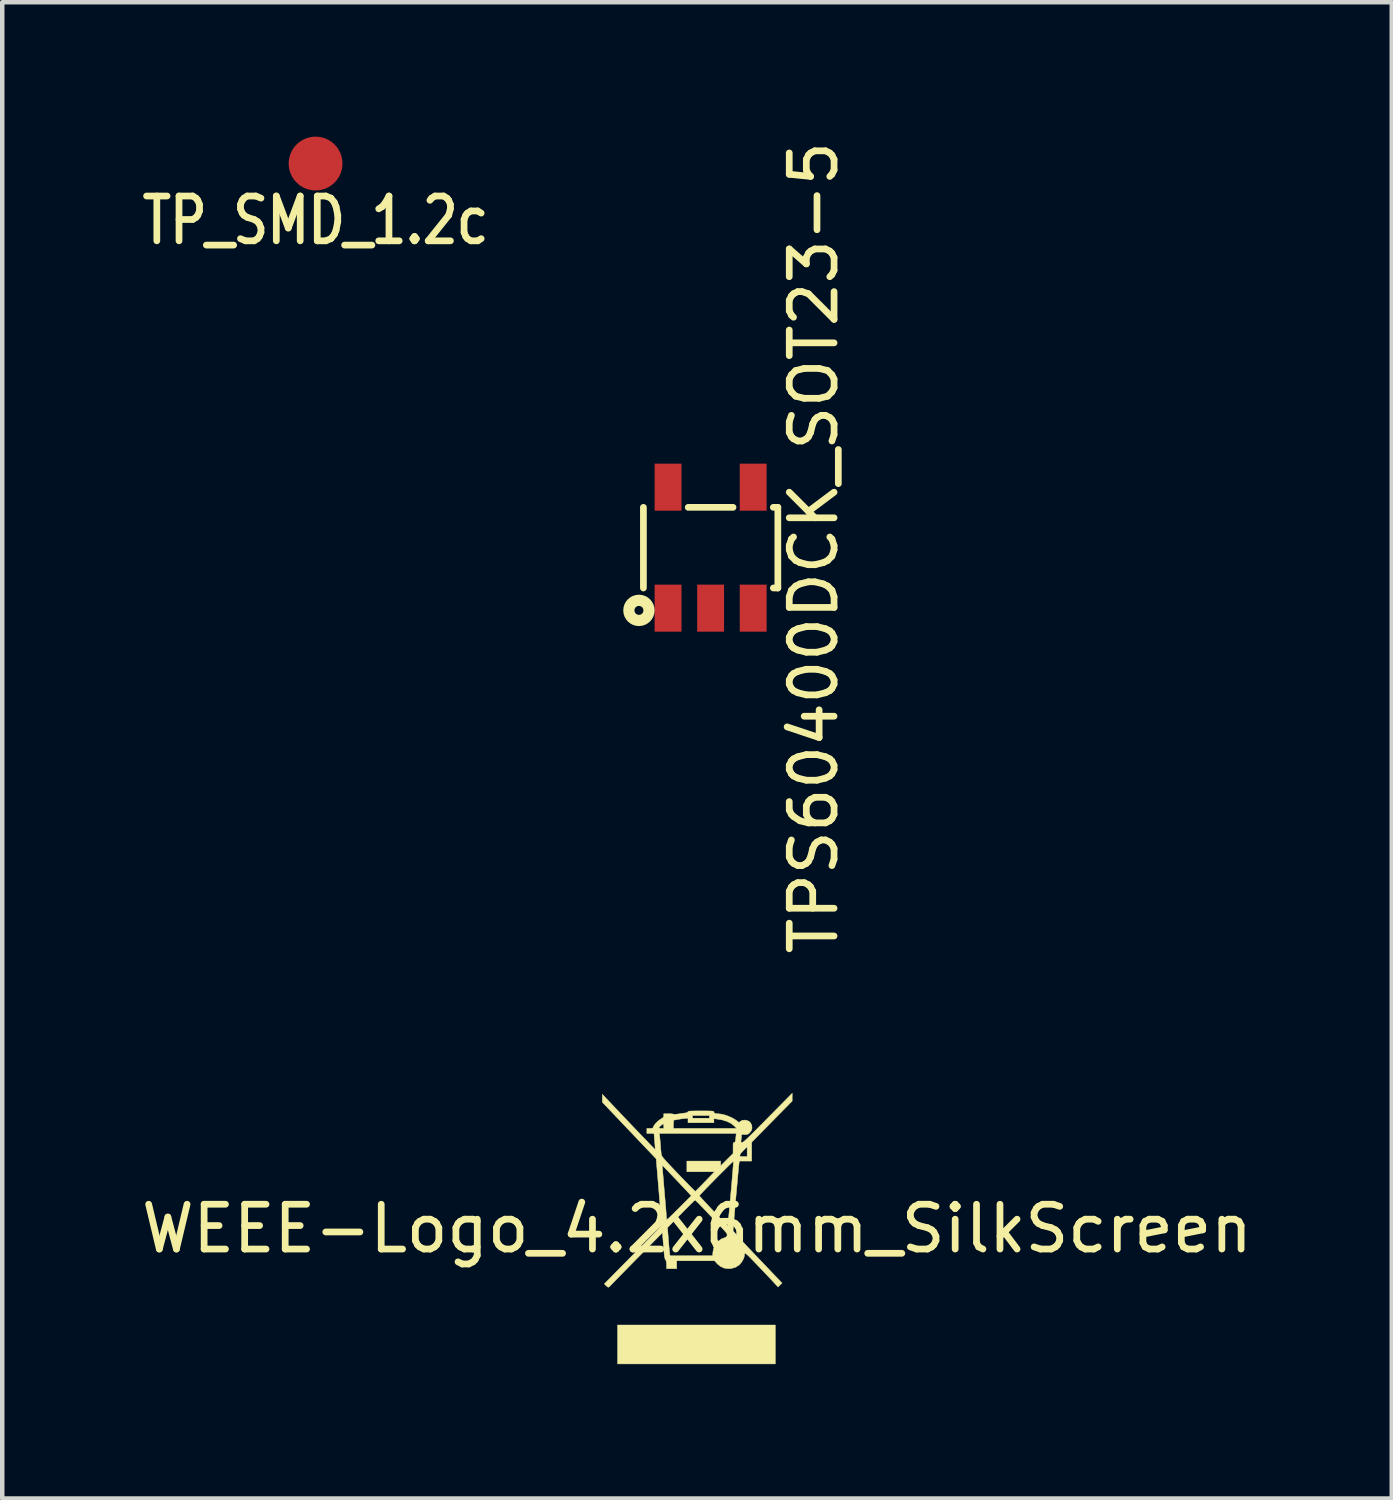
<source format=kicad_pcb>
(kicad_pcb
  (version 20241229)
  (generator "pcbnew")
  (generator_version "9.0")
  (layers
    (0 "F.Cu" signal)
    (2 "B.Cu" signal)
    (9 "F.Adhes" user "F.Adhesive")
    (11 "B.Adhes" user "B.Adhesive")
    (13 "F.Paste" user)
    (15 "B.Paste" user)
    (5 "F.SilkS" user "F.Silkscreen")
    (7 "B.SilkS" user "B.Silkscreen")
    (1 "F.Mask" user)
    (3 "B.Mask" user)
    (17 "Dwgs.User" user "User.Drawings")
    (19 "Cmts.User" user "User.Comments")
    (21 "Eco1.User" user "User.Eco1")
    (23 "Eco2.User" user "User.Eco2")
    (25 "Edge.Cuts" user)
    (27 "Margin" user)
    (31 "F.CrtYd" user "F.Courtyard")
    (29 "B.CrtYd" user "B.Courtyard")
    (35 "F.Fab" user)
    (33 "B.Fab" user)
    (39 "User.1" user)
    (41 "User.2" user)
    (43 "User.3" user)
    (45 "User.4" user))
  (footprint "TPS60400DCK_SOT23-5"
    (layer "F.Cu")
    (at 12.81 9.173)
    (property "Reference" "TPS60400DCK_SOT23-5" (at 2.3 0 90) (layer "F.SilkS") (effects (font (size 1 1) (thickness 0.15))))
    (attr through_hole)
    (fp_line (start -1.5 -0.9) (end -1.5 0.9) (stroke (width 0.15) (type solid)) (layer "F.SilkS"))
    (fp_line (start -0.5 -0.9) (end 0.5 -0.9) (stroke (width 0.15) (type solid)) (layer "F.SilkS"))
    (fp_line (start 1.4 -0.9) (end 1.5 -0.9) (stroke (width 0.15) (type solid)) (layer "F.SilkS"))
    (fp_line (start 1.5 -0.9) (end 1.5 0.9) (stroke (width 0.15) (type solid)) (layer "F.SilkS"))
    (fp_line (start 1.5 0.9) (end 1.4 0.9) (stroke (width 0.15) (type solid)) (layer "F.SilkS"))
    (fp_circle (center -1.6 1.4) (end -1.5 1.4) (stroke (width 0.25) (type solid)) (fill no) (layer "F.SilkS"))
    (pad "1" smd rect (at -0.95 1.35) (size 0.6 1.05) (layers "F.Cu" "F.Mask" "F.Paste"))
    (pad "2" smd rect (at 0 1.35) (size 0.6 1.05) (layers "F.Cu" "F.Mask" "F.Paste"))
    (pad "3" smd rect (at 0.95 1.35) (size 0.6 1.05) (layers "F.Cu" "F.Mask" "F.Paste"))
    (pad "4" smd rect (at 0.95 -1.35) (size 0.6 1.05) (layers "F.Cu" "F.Mask" "F.Paste"))
    (pad "5" smd rect (at -0.95 -1.35) (size 0.6 1.05) (layers "F.Cu" "F.Mask" "F.Paste")))
  (footprint "TP_SMD_1.2c"
    (layer "F.Cu")
    (at 3.993 0.6)
    (property "Reference" "TP_SMD_1.2c" (at 0 1.27 0) (layer "F.SilkS") (effects (font (size 1 0.8) (thickness 0.15))))
    (attr through_hole)
    (pad "1" smd circle (at 0 0) (size 1.2 1.2) (layers "F.Cu" "F.Mask")))
  (footprint "WEEE-Logo_4.2x6mm_SilkScreen"
    (layer "F.Cu")
    (at 12.506 24.372)
    (property "Reference" "WEEE-Logo_4.2x6mm_SilkScreen" (at 0 0 0) (layer "F.SilkS") (effects (font (size 1 1) (thickness 0.15))))
    (attr exclude_from_pos_files exclude_from_bom)
    (fp_poly (pts (xy 1.748 3.018) (xy -1.773 3.018) (xy -1.773 2.15) (xy 1.748 2.15) (xy 1.748 3.018)) (stroke (width 0.01) (type solid)) (fill yes) (layer "F.SilkS"))
    (fp_poly (pts (xy 2.124 -2.935) (xy 2.124 -2.848) (xy 1.672 -2.389) (xy 1.22 -1.93) (xy 1.22 -1.72) (xy 1.22 -1.509) (xy 0.945 -1.509) (xy 0.938 -1.455) (xy 0.935 -1.431) (xy 0.93 -1.385) (xy 0.924 -1.321) (xy 0.917 -1.24) (xy 0.908 -1.146) (xy 0.899 -1.041) (xy 0.889 -0.929) (xy 0.878 -0.811) (xy 0.867 -0.692) (xy 0.857 -0.572) (xy 0.847 -0.456) (xy 0.837 -0.345) (xy 0.828 -0.243) (xy 0.821 -0.153) (xy 0.814 -0.076) (xy 0.809 -0.017) (xy 0.806 0.024) (xy 0.805 0.042) (xy 0.805 0.042) (xy 0.813 0.056) (xy 0.836 0.086) (xy 0.875 0.131) (xy 0.93 0.193) (xy 1.001 0.27) (xy 1.089 0.365) (xy 1.194 0.476) (xy 1.317 0.605) (xy 1.351 0.641) (xy 1.897 1.213) (xy 1.809 1.301) (xy 1.737 1.224) (xy 1.711 1.196) (xy 1.671 1.152) (xy 1.618 1.096) (xy 1.556 1.031) (xy 1.487 0.958) (xy 1.414 0.882) (xy 1.371 0.837) (xy 1.289 0.751) (xy 1.224 0.683) (xy 1.172 0.63) (xy 1.132 0.592) (xy 1.103 0.567) (xy 1.083 0.554) (xy 1.07 0.552) (xy 1.062 0.56) (xy 1.059 0.575) (xy 1.057 0.598) (xy 1.057 0.604) (xy 1.048 0.647) (xy 1.024 0.699) (xy 0.992 0.751) (xy 0.955 0.796) (xy 0.94 0.81) (xy 0.865 0.859) (xy 0.776 0.886) (xy 0.698 0.893) (xy 0.609 0.881) (xy 0.528 0.845) (xy 0.455 0.787) (xy 0.442 0.772) (xy 0.393 0.717) (xy -0.453 0.717) (xy -0.453 0.893) (xy -0.679 0.893) (xy -0.679 0.811) (xy -0.682 0.754) (xy -0.691 0.715) (xy -0.703 0.694) (xy -0.711 0.679) (xy -0.718 0.657) (xy -0.725 0.625) (xy -0.731 0.58) (xy -0.737 0.518) (xy -0.744 0.436) (xy -0.749 0.375) (xy -0.771 0.089) (xy -1.314 0.639) (xy -1.412 0.738) (xy -1.506 0.834) (xy -1.594 0.924) (xy -1.675 1.006) (xy -1.747 1.08) (xy -1.809 1.143) (xy -1.857 1.193) (xy -1.892 1.228) (xy -1.91 1.248) (xy -1.941 1.279) (xy -1.966 1.301) (xy -1.98 1.308) (xy -1.997 1.299) (xy -2.022 1.278) (xy -2.031 1.27) (xy -2.068 1.232) (xy -1.867 1.028) (xy -1.816 0.976) (xy -1.75 0.909) (xy -1.672 0.83) (xy -1.585 0.742) (xy -1.492 0.648) (xy -1.395 0.551) (xy -1.298 0.453) (xy -1.229 0.383) (xy -1.124 0.277) (xy -1.035 0.186) (xy -0.962 0.111) (xy -0.904 0.05) (xy -0.859 0.001) (xy -0.837 -0.024) (xy -0.659 -0.024) (xy -0.636 0.262) (xy -0.63 0.345) (xy -0.623 0.422) (xy -0.617 0.487) (xy -0.612 0.537) (xy -0.609 0.568) (xy -0.607 0.575) (xy -0.601 0.604) (xy 0.349 0.604) (xy 0.355 0.525) (xy 0.374 0.431) (xy 0.414 0.349) (xy 0.473 0.28) (xy 0.547 0.228) (xy 0.63 0.197) (xy 0.657 0.182) (xy 0.671 0.151) (xy 0.671 0.149) (xy 0.673 0.136) (xy 0.671 0.123) (xy 0.663 0.106) (xy 0.648 0.084) (xy 0.623 0.055) (xy 0.587 0.015) (xy 0.538 -0.038) (xy 0.473 -0.107) (xy 0.468 -0.111) (xy 0.399 -0.184) (xy 0.324 -0.263) (xy 0.251 -0.34) (xy 0.183 -0.412) (xy 0.126 -0.472) (xy 0.113 -0.485) (xy 0.065 -0.536) (xy 0.021 -0.58) (xy -0.013 -0.613) (xy -0.036 -0.633) (xy -0.044 -0.637) (xy -0.056 -0.628) (xy -0.083 -0.603) (xy -0.123 -0.564) (xy -0.175 -0.513) (xy -0.235 -0.453) (xy -0.303 -0.385) (xy -0.358 -0.329) (xy -0.659 -0.024) (xy -0.837 -0.024) (xy -0.827 -0.036) (xy -0.805 -0.062) (xy -0.794 -0.08) (xy -0.792 -0.088) (xy -0.793 -0.106) (xy -0.796 -0.147) (xy -0.8 -0.208) (xy -0.806 -0.287) (xy -0.814 -0.382) (xy -0.823 -0.49) (xy -0.832 -0.609) (xy -0.843 -0.737) (xy -0.851 -0.839) (xy -0.899 -1.415) (xy -0.776 -1.415) (xy -0.775 -1.403) (xy -0.773 -1.368) (xy -0.768 -1.313) (xy -0.763 -1.24) (xy -0.755 -1.152) (xy -0.747 -1.052) (xy -0.738 -0.941) (xy -0.729 -0.836) (xy -0.719 -0.717) (xy -0.709 -0.604) (xy -0.701 -0.501) (xy -0.693 -0.41) (xy -0.687 -0.333) (xy -0.683 -0.274) (xy -0.68 -0.235) (xy -0.679 -0.22) (xy -0.678 -0.211) (xy -0.673 -0.207) (xy -0.663 -0.211) (xy -0.646 -0.223) (xy -0.62 -0.245) (xy -0.583 -0.28) (xy -0.534 -0.328) (xy -0.471 -0.391) (xy -0.403 -0.458) (xy -0.128 -0.734) (xy -0.13 -0.736) (xy 0.053 -0.736) (xy 0.061 -0.724) (xy 0.084 -0.697) (xy 0.12 -0.658) (xy 0.166 -0.607) (xy 0.22 -0.549) (xy 0.28 -0.485) (xy 0.343 -0.419) (xy 0.407 -0.351) (xy 0.47 -0.285) (xy 0.529 -0.224) (xy 0.582 -0.169) (xy 0.626 -0.124) (xy 0.66 -0.09) (xy 0.681 -0.07) (xy 0.686 -0.066) (xy 0.688 -0.079) (xy 0.692 -0.115) (xy 0.698 -0.171) (xy 0.705 -0.246) (xy 0.714 -0.337) (xy 0.724 -0.441) (xy 0.734 -0.557) (xy 0.746 -0.683) (xy 0.755 -0.784) (xy 0.767 -0.916) (xy 0.778 -1.039) (xy 0.787 -1.153) (xy 0.796 -1.255) (xy 0.803 -1.343) (xy 0.808 -1.413) (xy 0.812 -1.465) (xy 0.814 -1.496) (xy 0.814 -1.504) (xy 0.804 -1.497) (xy 0.778 -1.474) (xy 0.74 -1.438) (xy 0.691 -1.39) (xy 0.633 -1.332) (xy 0.569 -1.268) (xy 0.5 -1.2) (xy 0.429 -1.128) (xy 0.359 -1.057) (xy 0.29 -0.987) (xy 0.227 -0.922) (xy 0.17 -0.863) (xy 0.122 -0.812) (xy 0.085 -0.773) (xy 0.061 -0.747) (xy 0.053 -0.736) (xy -0.13 -0.736) (xy -0.23 -0.844) (xy -0.283 -0.9) (xy -0.342 -0.962) (xy -0.404 -1.029) (xy -0.469 -1.097) (xy -0.533 -1.164) (xy -0.594 -1.228) (xy -0.65 -1.287) (xy -0.699 -1.337) (xy -0.737 -1.377) (xy -0.764 -1.404) (xy -0.775 -1.415) (xy -0.776 -1.415) (xy -0.899 -1.415) (xy -0.911 -1.559) (xy -1.512 -2.191) (xy -2.112 -2.822) (xy -2.112 -2.911) (xy -2.112 -2.999) (xy -2.015 -2.895) (xy -1.96 -2.838) (xy -1.896 -2.77) (xy -1.824 -2.693) (xy -1.745 -2.611) (xy -1.662 -2.523) (xy -1.576 -2.433) (xy -1.489 -2.342) (xy -1.403 -2.251) (xy -1.318 -2.163) (xy -1.238 -2.079) (xy -1.163 -2.002) (xy -1.096 -1.932) (xy -1.039 -1.872) (xy -0.992 -1.824) (xy -0.957 -1.789) (xy -0.938 -1.77) (xy -0.933 -1.766) (xy -0.933 -1.779) (xy -0.935 -1.813) (xy -0.938 -1.862) (xy -0.943 -1.923) (xy -0.945 -1.947) (xy -0.96 -2.125) (xy -0.843 -2.125) (xy -0.837 -2.097) (xy -0.834 -2.074) (xy -0.83 -2.032) (xy -0.824 -1.976) (xy -0.819 -1.91) (xy -0.817 -1.886) (xy -0.812 -1.817) (xy -0.806 -1.752) (xy -0.801 -1.698) (xy -0.798 -1.662) (xy -0.797 -1.655) (xy -0.793 -1.642) (xy -0.786 -1.626) (xy -0.773 -1.606) (xy -0.754 -1.58) (xy -0.726 -1.547) (xy -0.688 -1.504) (xy -0.638 -1.45) (xy -0.575 -1.383) (xy -0.497 -1.301) (xy -0.418 -1.218) (xy -0.34 -1.136) (xy -0.266 -1.06) (xy -0.2 -0.992) (xy -0.142 -0.933) (xy -0.095 -0.887) (xy -0.061 -0.853) (xy -0.041 -0.835) (xy -0.037 -0.833) (xy -0.026 -0.842) (xy 0.000029 -0.868) (xy 0.038 -0.906) (xy 0.087 -0.955) (xy 0.142 -1.012) (xy 0.182 -1.053) (xy 0.392 -1.27) (xy -0.226 -1.27) (xy -0.226 -1.509) (xy 0.528 -1.509) (xy 0.528 -1.402) (xy 0.666 -1.54) (xy 0.765 -1.638) (xy 0.956 -1.638) (xy 0.957 -1.623) (xy 0.967 -1.614) (xy 0.989 -1.61) (xy 1.03 -1.61) (xy 1.037 -1.61) (xy 1.119 -1.61) (xy 1.119 -1.829) (xy 1.037 -1.748) (xy 0.991 -1.699) (xy 0.964 -1.661) (xy 0.956 -1.638) (xy 0.765 -1.638) (xy 0.805 -1.678) (xy 0.805 -1.801) (xy 0.805 -1.858) (xy 0.807 -1.893) (xy 0.811 -1.913) (xy 0.818 -1.922) (xy 0.829 -1.924) (xy 0.841 -1.927) (xy 0.85 -1.937) (xy 0.857 -1.96) (xy 0.863 -1.998) (xy 0.869 -2.057) (xy 0.871 -2.078) (xy 0.875 -2.125) (xy -0.843 -2.125) (xy -0.96 -2.125) (xy -1.119 -2.125) (xy -1.119 -2.238) (xy -1.051 -2.238) (xy -1.012 -2.239) (xy -0.99 -2.245) (xy -0.987 -2.248) (xy -0.849 -2.248) (xy -0.841 -2.241) (xy -0.816 -2.238) (xy -0.799 -2.238) (xy -0.742 -2.238) (xy -0.529 -2.238) (xy 0.885 -2.238) (xy 0.837 -2.287) (xy 0.763 -2.348) (xy 0.671 -2.394) (xy 0.56 -2.428) (xy 0.45 -2.446) (xy 0.377 -2.455) (xy 0.377 -2.364) (xy -0.201 -2.364) (xy -0.201 -2.467) (xy -0.286 -2.459) (xy -0.345 -2.451) (xy -0.409 -2.442) (xy -0.446 -2.435) (xy -0.522 -2.42) (xy -0.526 -2.329) (xy -0.529 -2.238) (xy -0.742 -2.238) (xy -0.742 -2.289) (xy -0.744 -2.32) (xy -0.748 -2.338) (xy -0.749 -2.339) (xy -0.768 -2.331) (xy -0.795 -2.311) (xy -0.822 -2.287) (xy -0.841 -2.265) (xy -0.843 -2.262) (xy -0.849 -2.248) (xy -0.987 -2.248) (xy -0.98 -2.257) (xy -0.975 -2.27) (xy -0.958 -2.305) (xy -0.925 -2.347) (xy -0.882 -2.391) (xy -0.834 -2.429) (xy -0.803 -2.449) (xy -0.767 -2.471) (xy -0.749 -2.49) (xy -0.742 -2.511) (xy -0.742 -2.524) (xy -0.742 -2.527) (xy -0.101 -2.527) (xy -0.101 -2.465) (xy 0.277 -2.465) (xy 0.277 -2.527) (xy -0.101 -2.527) (xy -0.742 -2.527) (xy -0.742 -2.565) (xy -0.636 -2.565) (xy -0.587 -2.564) (xy -0.549 -2.561) (xy -0.528 -2.556) (xy -0.526 -2.555) (xy -0.513 -2.552) (xy -0.48 -2.553) (xy -0.434 -2.558) (xy -0.402 -2.562) (xy -0.345 -2.571) (xy -0.293 -2.578) (xy -0.254 -2.584) (xy -0.242 -2.586) (xy -0.212 -2.595) (xy -0.201 -2.61) (xy -0.198 -2.616) (xy -0.186 -2.62) (xy -0.163 -2.624) (xy -0.126 -2.626) (xy -0.072 -2.627) (xy 0.001 -2.628) (xy 0.088 -2.628) (xy 0.181 -2.628) (xy 0.251 -2.627) (xy 0.302 -2.626) (xy 0.337 -2.624) (xy 0.359 -2.621) (xy 0.371 -2.617) (xy 0.376 -2.611) (xy 0.377 -2.604) (xy 0.385 -2.582) (xy 0.41 -2.57) (xy 0.456 -2.565) (xy 0.464 -2.565) (xy 0.542 -2.557) (xy 0.63 -2.535) (xy 0.721 -2.502) (xy 0.807 -2.461) (xy 0.879 -2.414) (xy 0.888 -2.407) (xy 0.919 -2.383) (xy 0.937 -2.373) (xy 0.949 -2.377) (xy 0.962 -2.389) (xy 1 -2.414) (xy 1.05 -2.424) (xy 1.104 -2.419) (xy 1.153 -2.4) (xy 1.191 -2.368) (xy 1.194 -2.365) (xy 1.223 -2.305) (xy 1.228 -2.244) (xy 1.211 -2.186) (xy 1.171 -2.135) (xy 1.166 -2.131) (xy 1.138 -2.111) (xy 1.11 -2.102) (xy 1.07 -2.101) (xy 1.06 -2.102) (xy 1.021 -2.103) (xy 1.001 -2.1) (xy 0.994 -2.09) (xy 0.993 -2.081) (xy 0.992 -2.054) (xy 0.988 -2.014) (xy 0.985 -1.99) (xy 0.981 -1.952) (xy 0.983 -1.932) (xy 0.992 -1.925) (xy 1.009 -1.924) (xy 1.019 -1.927) (xy 1.036 -1.938) (xy 1.059 -1.956) (xy 1.091 -1.985) (xy 1.133 -2.024) (xy 1.186 -2.075) (xy 1.251 -2.139) (xy 1.329 -2.217) (xy 1.422 -2.31) (xy 1.531 -2.42) (xy 1.583 -2.473) (xy 2.125 -3.022) (xy 2.124 -2.935)) (stroke (width 0.01) (type solid)) (fill yes) (layer "F.SilkS")))
  (gr_rect
    (start -3 -3)
    (end 28.012 30.395)
    (stroke (width 0.1) (type default))
    (fill no)
    (layer "Edge.Cuts")))
</source>
